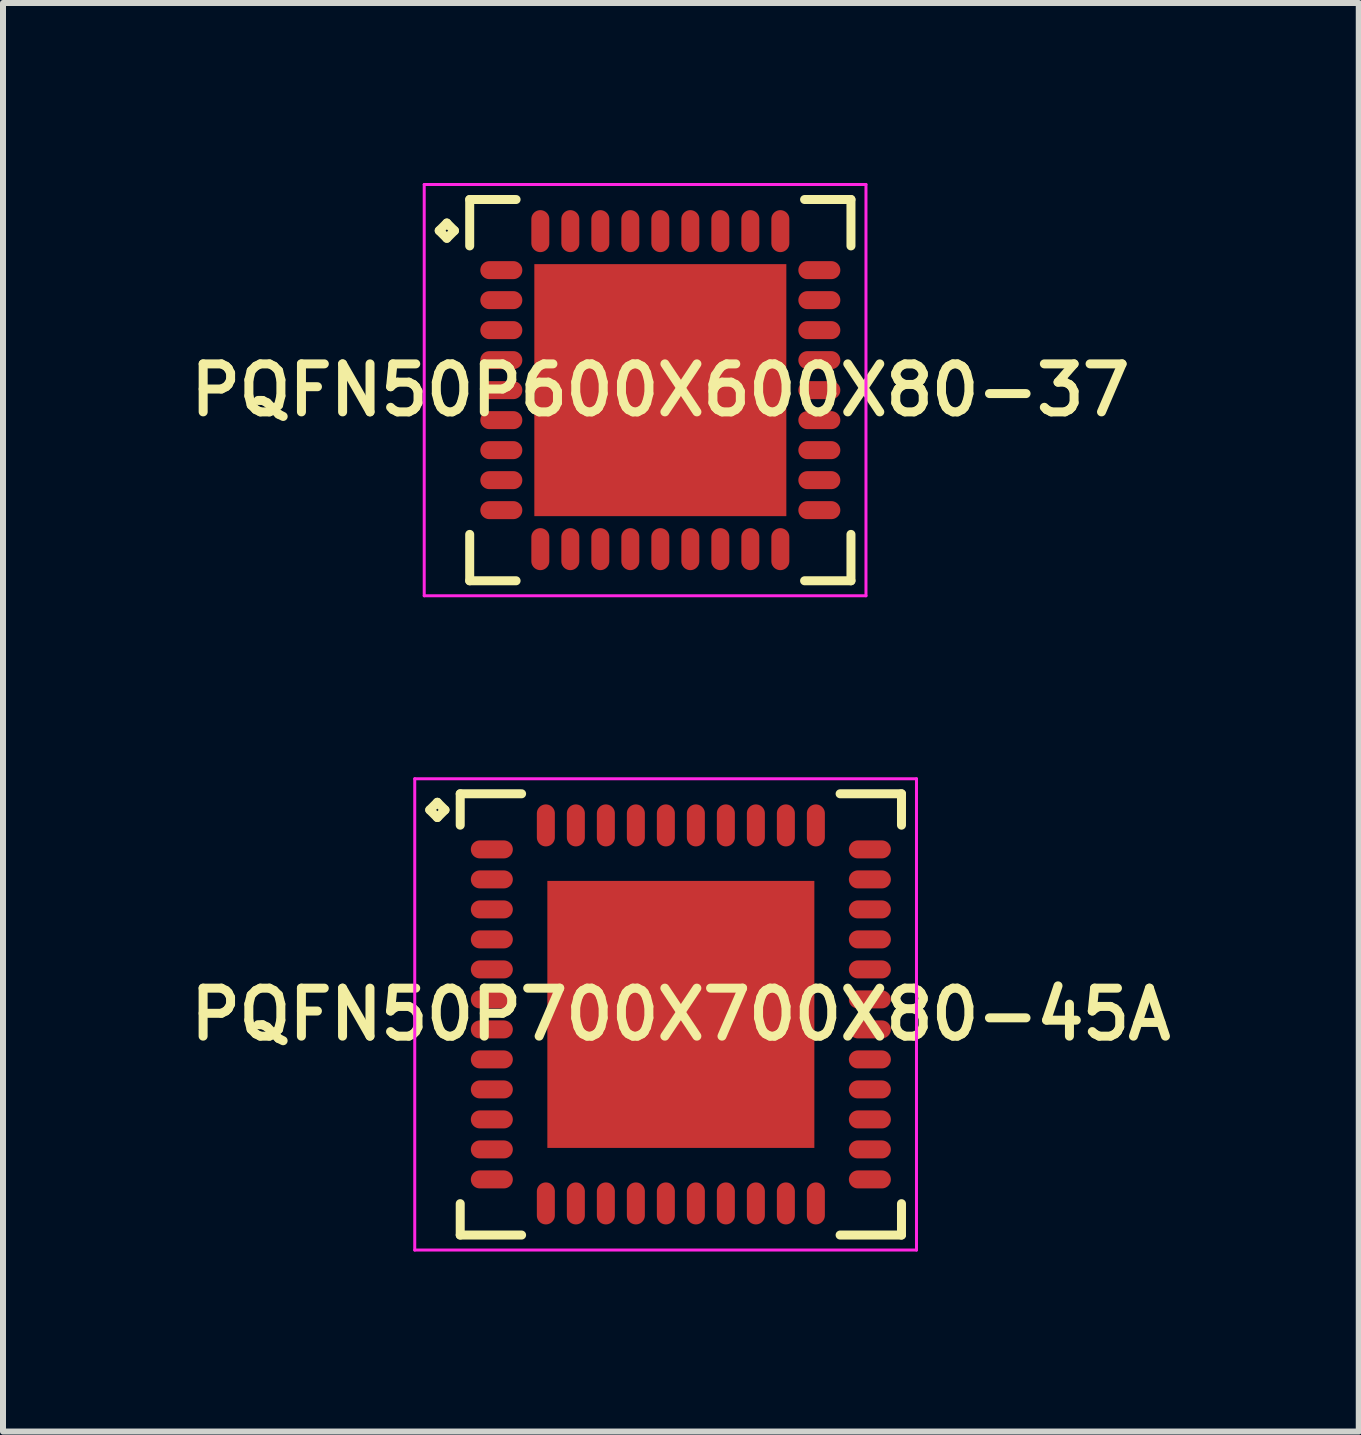
<source format=kicad_pcb>
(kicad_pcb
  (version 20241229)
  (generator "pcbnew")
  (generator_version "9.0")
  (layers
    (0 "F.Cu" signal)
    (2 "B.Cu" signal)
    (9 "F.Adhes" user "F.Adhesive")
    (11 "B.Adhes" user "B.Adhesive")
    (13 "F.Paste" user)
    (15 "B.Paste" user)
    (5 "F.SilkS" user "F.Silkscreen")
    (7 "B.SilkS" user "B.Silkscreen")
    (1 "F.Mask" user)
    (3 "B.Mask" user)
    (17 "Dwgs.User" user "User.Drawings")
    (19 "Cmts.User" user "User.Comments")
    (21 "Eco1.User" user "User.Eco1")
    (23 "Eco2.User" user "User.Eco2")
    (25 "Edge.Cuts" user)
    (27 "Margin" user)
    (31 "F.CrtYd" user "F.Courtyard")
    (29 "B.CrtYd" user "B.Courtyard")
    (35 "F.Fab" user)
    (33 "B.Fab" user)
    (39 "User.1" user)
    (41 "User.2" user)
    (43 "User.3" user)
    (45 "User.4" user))
  (footprint "PQFN50P600X600X80-37"
    (layer "F.Cu")
    (at 7.955 3.452)
    (property "Reference" "PQFN50P600X600X80-37" (at 0 0 0) (layer "F.SilkS") (effects (font (size 0.8 0.8) (thickness 0.15))))
    (attr smd)
    (fp_line (start -3.685 -2.658) (end -3.558 -2.785) (stroke (width 0.15) (type solid)) (layer "F.SilkS"))
    (fp_line (start -3.558 -2.785) (end -3.431 -2.658) (stroke (width 0.15) (type solid)) (layer "F.SilkS"))
    (fp_line (start -3.558 -2.531) (end -3.685 -2.658) (stroke (width 0.15) (type solid)) (layer "F.SilkS"))
    (fp_line (start -3.431 -2.658) (end -3.558 -2.531) (stroke (width 0.15) (type solid)) (layer "F.SilkS"))
    (fp_line (start -3.177 -3.177) (end -2.404 -3.177) (stroke (width 0.15) (type solid)) (layer "F.SilkS"))
    (fp_line (start -3.177 -2.404) (end -3.177 -3.177) (stroke (width 0.15) (type solid)) (layer "F.SilkS"))
    (fp_line (start -3.177 2.404) (end -3.177 3.177) (stroke (width 0.15) (type solid)) (layer "F.SilkS"))
    (fp_line (start -3.177 3.177) (end -2.404 3.177) (stroke (width 0.15) (type solid)) (layer "F.SilkS"))
    (fp_line (start 2.404 -3.177) (end 3.177 -3.177) (stroke (width 0.15) (type solid)) (layer "F.SilkS"))
    (fp_line (start 2.404 3.177) (end 3.177 3.177) (stroke (width 0.15) (type solid)) (layer "F.SilkS"))
    (fp_line (start 3.177 -3.177) (end 3.177 -2.404) (stroke (width 0.15) (type solid)) (layer "F.SilkS"))
    (fp_line (start 3.177 3.177) (end 3.177 2.404) (stroke (width 0.15) (type solid)) (layer "F.SilkS"))
    (fp_line (start -3.935 -3.427) (end 3.427 -3.427) (stroke (width 0.05) (type solid)) (layer "F.CrtYd"))
    (fp_line (start -3.935 3.427) (end -3.935 -3.427) (stroke (width 0.05) (type solid)) (layer "F.CrtYd"))
    (fp_line (start 3.427 -3.427) (end 3.427 3.427) (stroke (width 0.05) (type solid)) (layer "F.CrtYd"))
    (fp_line (start 3.427 3.427) (end -3.935 3.427) (stroke (width 0.05) (type solid)) (layer "F.CrtYd"))
    (pad "1" smd oval (at -2.65 -2) (size 0.7 0.3) (layers "F.Cu" "F.Mask" "F.Paste"))
    (pad "2" smd oval (at -2.65 -1.5) (size 0.7 0.3) (layers "F.Cu" "F.Mask" "F.Paste"))
    (pad "3" smd oval (at -2.65 -1) (size 0.7 0.3) (layers "F.Cu" "F.Mask" "F.Paste"))
    (pad "4" smd oval (at -2.65 -0.5) (size 0.7 0.3) (layers "F.Cu" "F.Mask" "F.Paste"))
    (pad "5" smd oval (at -2.65 0) (size 0.7 0.3) (layers "F.Cu" "F.Mask" "F.Paste"))
    (pad "6" smd oval (at -2.65 0.5) (size 0.7 0.3) (layers "F.Cu" "F.Mask" "F.Paste"))
    (pad "7" smd oval (at -2.65 1) (size 0.7 0.3) (layers "F.Cu" "F.Mask" "F.Paste"))
    (pad "8" smd oval (at -2.65 1.5) (size 0.7 0.3) (layers "F.Cu" "F.Mask" "F.Paste"))
    (pad "9" smd oval (at -2.65 2) (size 0.7 0.3) (layers "F.Cu" "F.Mask" "F.Paste"))
    (pad "10" smd oval (at -2 2.65) (size 0.3 0.7) (layers "F.Cu" "F.Mask" "F.Paste"))
    (pad "11" smd oval (at -1.5 2.65) (size 0.3 0.7) (layers "F.Cu" "F.Mask" "F.Paste"))
    (pad "12" smd oval (at -1 2.65) (size 0.3 0.7) (layers "F.Cu" "F.Mask" "F.Paste"))
    (pad "13" smd oval (at -0.5 2.65) (size 0.3 0.7) (layers "F.Cu" "F.Mask" "F.Paste"))
    (pad "14" smd oval (at 0 2.65) (size 0.3 0.7) (layers "F.Cu" "F.Mask" "F.Paste"))
    (pad "15" smd oval (at 0.5 2.65) (size 0.3 0.7) (layers "F.Cu" "F.Mask" "F.Paste"))
    (pad "16" smd oval (at 1 2.65) (size 0.3 0.7) (layers "F.Cu" "F.Mask" "F.Paste"))
    (pad "17" smd oval (at 1.5 2.65) (size 0.3 0.7) (layers "F.Cu" "F.Mask" "F.Paste"))
    (pad "18" smd oval (at 2 2.65) (size 0.3 0.7) (layers "F.Cu" "F.Mask" "F.Paste"))
    (pad "19" smd oval (at 2.65 2) (size 0.7 0.3) (layers "F.Cu" "F.Mask" "F.Paste"))
    (pad "20" smd oval (at 2.65 1.5) (size 0.7 0.3) (layers "F.Cu" "F.Mask" "F.Paste"))
    (pad "21" smd oval (at 2.65 1) (size 0.7 0.3) (layers "F.Cu" "F.Mask" "F.Paste"))
    (pad "22" smd oval (at 2.65 0.5) (size 0.7 0.3) (layers "F.Cu" "F.Mask" "F.Paste"))
    (pad "23" smd oval (at 2.65 0) (size 0.7 0.3) (layers "F.Cu" "F.Mask" "F.Paste"))
    (pad "24" smd oval (at 2.65 -0.5) (size 0.7 0.3) (layers "F.Cu" "F.Mask" "F.Paste"))
    (pad "25" smd oval (at 2.65 -1) (size 0.7 0.3) (layers "F.Cu" "F.Mask" "F.Paste"))
    (pad "26" smd oval (at 2.65 -1.5) (size 0.7 0.3) (layers "F.Cu" "F.Mask" "F.Paste"))
    (pad "27" smd oval (at 2.65 -2) (size 0.7 0.3) (layers "F.Cu" "F.Mask" "F.Paste"))
    (pad "28" smd oval (at 2 -2.65) (size 0.3 0.7) (layers "F.Cu" "F.Mask" "F.Paste"))
    (pad "29" smd oval (at 1.5 -2.65) (size 0.3 0.7) (layers "F.Cu" "F.Mask" "F.Paste"))
    (pad "30" smd oval (at 1 -2.65) (size 0.3 0.7) (layers "F.Cu" "F.Mask" "F.Paste"))
    (pad "31" smd oval (at 0.5 -2.65) (size 0.3 0.7) (layers "F.Cu" "F.Mask" "F.Paste"))
    (pad "32" smd oval (at 0 -2.65) (size 0.3 0.7) (layers "F.Cu" "F.Mask" "F.Paste"))
    (pad "33" smd oval (at -0.5 -2.65) (size 0.3 0.7) (layers "F.Cu" "F.Mask" "F.Paste"))
    (pad "34" smd oval (at -1 -2.65) (size 0.3 0.7) (layers "F.Cu" "F.Mask" "F.Paste"))
    (pad "35" smd oval (at -1.5 -2.65) (size 0.3 0.7) (layers "F.Cu" "F.Mask" "F.Paste"))
    (pad "36" smd oval (at -2 -2.65) (size 0.3 0.7) (layers "F.Cu" "F.Mask" "F.Paste"))
    (pad "37" smd rect (at 0 0) (size 4.2 4.2) (layers "F.Cu" "F.Mask" "F.Paste")))
  (footprint "PQFN50P700X700X80-45A"
    (layer "F.Cu")
    (at 8.297 13.856)
    (property "Reference" "PQFN50P700X700X80-45A" (at 0 0 0) (layer "F.SilkS") (effects (font (size 0.8 0.8) (thickness 0.15))))
    (attr smd)
    (fp_line (start -4.185 -3.408) (end -4.058 -3.535) (stroke (width 0.15) (type solid)) (layer "F.SilkS"))
    (fp_line (start -4.058 -3.535) (end -3.931 -3.408) (stroke (width 0.15) (type solid)) (layer "F.SilkS"))
    (fp_line (start -4.058 -3.281) (end -4.185 -3.408) (stroke (width 0.15) (type solid)) (layer "F.SilkS"))
    (fp_line (start -3.931 -3.408) (end -4.058 -3.281) (stroke (width 0.15) (type solid)) (layer "F.SilkS"))
    (fp_line (start -3.677 -3.677) (end -2.654 -3.677) (stroke (width 0.15) (type solid)) (layer "F.SilkS"))
    (fp_line (start -3.677 -3.154) (end -3.677 -3.677) (stroke (width 0.15) (type solid)) (layer "F.SilkS"))
    (fp_line (start -3.677 3.154) (end -3.677 3.677) (stroke (width 0.15) (type solid)) (layer "F.SilkS"))
    (fp_line (start -3.677 3.677) (end -2.654 3.677) (stroke (width 0.15) (type solid)) (layer "F.SilkS"))
    (fp_line (start 2.654 -3.677) (end 3.677 -3.677) (stroke (width 0.15) (type solid)) (layer "F.SilkS"))
    (fp_line (start 2.654 3.677) (end 3.677 3.677) (stroke (width 0.15) (type solid)) (layer "F.SilkS"))
    (fp_line (start 3.677 -3.677) (end 3.677 -3.154) (stroke (width 0.15) (type solid)) (layer "F.SilkS"))
    (fp_line (start 3.677 3.677) (end 3.677 3.154) (stroke (width 0.15) (type solid)) (layer "F.SilkS"))
    (fp_line (start -4.435 -3.927) (end 3.927 -3.927) (stroke (width 0.05) (type solid)) (layer "F.CrtYd"))
    (fp_line (start -4.435 3.927) (end -4.435 -3.927) (stroke (width 0.05) (type solid)) (layer "F.CrtYd"))
    (fp_line (start 3.927 -3.927) (end 3.927 3.927) (stroke (width 0.05) (type solid)) (layer "F.CrtYd"))
    (fp_line (start 3.927 3.927) (end -4.435 3.927) (stroke (width 0.05) (type solid)) (layer "F.CrtYd"))
    (pad "1" smd oval (at -3.15 -2.75) (size 0.7 0.3) (layers "F.Cu" "F.Mask" "F.Paste"))
    (pad "2" smd oval (at -3.15 -2.25) (size 0.7 0.3) (layers "F.Cu" "F.Mask" "F.Paste"))
    (pad "3" smd oval (at -3.15 -1.75) (size 0.7 0.3) (layers "F.Cu" "F.Mask" "F.Paste"))
    (pad "4" smd oval (at -3.15 -1.25) (size 0.7 0.3) (layers "F.Cu" "F.Mask" "F.Paste"))
    (pad "5" smd oval (at -3.15 -0.75) (size 0.7 0.3) (layers "F.Cu" "F.Mask" "F.Paste"))
    (pad "6" smd oval (at -3.15 -0.25) (size 0.7 0.3) (layers "F.Cu" "F.Mask" "F.Paste"))
    (pad "7" smd oval (at -3.15 0.25) (size 0.7 0.3) (layers "F.Cu" "F.Mask" "F.Paste"))
    (pad "8" smd oval (at -3.15 0.75) (size 0.7 0.3) (layers "F.Cu" "F.Mask" "F.Paste"))
    (pad "9" smd oval (at -3.15 1.25) (size 0.7 0.3) (layers "F.Cu" "F.Mask" "F.Paste"))
    (pad "10" smd oval (at -3.15 1.75) (size 0.7 0.3) (layers "F.Cu" "F.Mask" "F.Paste"))
    (pad "11" smd oval (at -3.15 2.25) (size 0.7 0.3) (layers "F.Cu" "F.Mask" "F.Paste"))
    (pad "12" smd oval (at -3.15 2.75) (size 0.7 0.3) (layers "F.Cu" "F.Mask" "F.Paste"))
    (pad "13" smd oval (at -2.25 3.15) (size 0.3 0.7) (layers "F.Cu" "F.Mask" "F.Paste"))
    (pad "14" smd oval (at -1.75 3.15) (size 0.3 0.7) (layers "F.Cu" "F.Mask" "F.Paste"))
    (pad "15" smd oval (at -1.25 3.15) (size 0.3 0.7) (layers "F.Cu" "F.Mask" "F.Paste"))
    (pad "16" smd oval (at -0.75 3.15) (size 0.3 0.7) (layers "F.Cu" "F.Mask" "F.Paste"))
    (pad "17" smd oval (at -0.25 3.15) (size 0.3 0.7) (layers "F.Cu" "F.Mask" "F.Paste"))
    (pad "18" smd oval (at 0.25 3.15) (size 0.3 0.7) (layers "F.Cu" "F.Mask" "F.Paste"))
    (pad "19" smd oval (at 0.75 3.15) (size 0.3 0.7) (layers "F.Cu" "F.Mask" "F.Paste"))
    (pad "20" smd oval (at 1.25 3.15) (size 0.3 0.7) (layers "F.Cu" "F.Mask" "F.Paste"))
    (pad "21" smd oval (at 1.75 3.15) (size 0.3 0.7) (layers "F.Cu" "F.Mask" "F.Paste"))
    (pad "22" smd oval (at 2.25 3.15) (size 0.3 0.7) (layers "F.Cu" "F.Mask" "F.Paste"))
    (pad "23" smd oval (at 3.15 2.75) (size 0.7 0.3) (layers "F.Cu" "F.Mask" "F.Paste"))
    (pad "24" smd oval (at 3.15 2.25) (size 0.7 0.3) (layers "F.Cu" "F.Mask" "F.Paste"))
    (pad "25" smd oval (at 3.15 1.75) (size 0.7 0.3) (layers "F.Cu" "F.Mask" "F.Paste"))
    (pad "26" smd oval (at 3.15 1.25) (size 0.7 0.3) (layers "F.Cu" "F.Mask" "F.Paste"))
    (pad "27" smd oval (at 3.15 0.75) (size 0.7 0.3) (layers "F.Cu" "F.Mask" "F.Paste"))
    (pad "28" smd oval (at 3.15 0.25) (size 0.7 0.3) (layers "F.Cu" "F.Mask" "F.Paste"))
    (pad "29" smd oval (at 3.15 -0.25) (size 0.7 0.3) (layers "F.Cu" "F.Mask" "F.Paste"))
    (pad "30" smd oval (at 3.15 -0.75) (size 0.7 0.3) (layers "F.Cu" "F.Mask" "F.Paste"))
    (pad "31" smd oval (at 3.15 -1.25) (size 0.7 0.3) (layers "F.Cu" "F.Mask" "F.Paste"))
    (pad "32" smd oval (at 3.15 -1.75) (size 0.7 0.3) (layers "F.Cu" "F.Mask" "F.Paste"))
    (pad "33" smd oval (at 3.15 -2.25) (size 0.7 0.3) (layers "F.Cu" "F.Mask" "F.Paste"))
    (pad "34" smd oval (at 3.15 -2.75) (size 0.7 0.3) (layers "F.Cu" "F.Mask" "F.Paste"))
    (pad "35" smd oval (at 2.25 -3.15) (size 0.3 0.7) (layers "F.Cu" "F.Mask" "F.Paste"))
    (pad "36" smd oval (at 1.75 -3.15) (size 0.3 0.7) (layers "F.Cu" "F.Mask" "F.Paste"))
    (pad "37" smd oval (at 1.25 -3.15) (size 0.3 0.7) (layers "F.Cu" "F.Mask" "F.Paste"))
    (pad "38" smd oval (at 0.75 -3.15) (size 0.3 0.7) (layers "F.Cu" "F.Mask" "F.Paste"))
    (pad "39" smd oval (at 0.25 -3.15) (size 0.3 0.7) (layers "F.Cu" "F.Mask" "F.Paste"))
    (pad "40" smd oval (at -0.25 -3.15) (size 0.3 0.7) (layers "F.Cu" "F.Mask" "F.Paste"))
    (pad "41" smd oval (at -0.75 -3.15) (size 0.3 0.7) (layers "F.Cu" "F.Mask" "F.Paste"))
    (pad "42" smd oval (at -1.25 -3.15) (size 0.3 0.7) (layers "F.Cu" "F.Mask" "F.Paste"))
    (pad "43" smd oval (at -1.75 -3.15) (size 0.3 0.7) (layers "F.Cu" "F.Mask" "F.Paste"))
    (pad "44" smd oval (at -2.25 -3.15) (size 0.3 0.7) (layers "F.Cu" "F.Mask" "F.Paste"))
    (pad "45" smd rect (at 0 0) (size 4.45 4.45) (layers "F.Cu" "F.Mask" "F.Paste")))
  (gr_rect
    (start -3 -3)
    (end 19.595 20.808)
    (stroke (width 0.1) (type default))
    (fill no)
    (layer "Edge.Cuts")))
</source>
